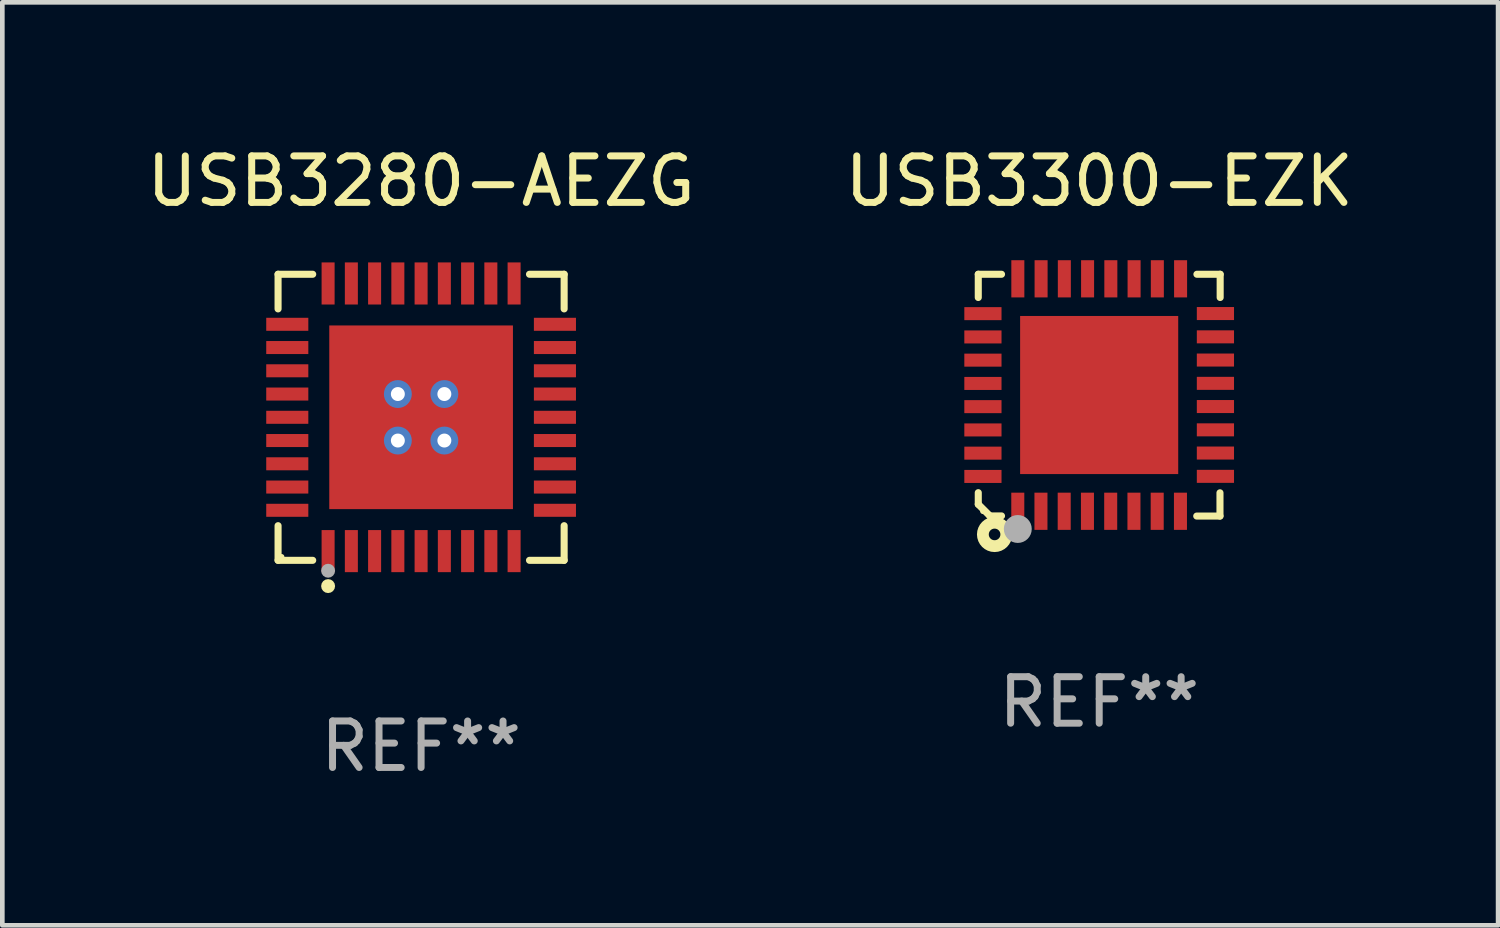
<source format=kicad_pcb>
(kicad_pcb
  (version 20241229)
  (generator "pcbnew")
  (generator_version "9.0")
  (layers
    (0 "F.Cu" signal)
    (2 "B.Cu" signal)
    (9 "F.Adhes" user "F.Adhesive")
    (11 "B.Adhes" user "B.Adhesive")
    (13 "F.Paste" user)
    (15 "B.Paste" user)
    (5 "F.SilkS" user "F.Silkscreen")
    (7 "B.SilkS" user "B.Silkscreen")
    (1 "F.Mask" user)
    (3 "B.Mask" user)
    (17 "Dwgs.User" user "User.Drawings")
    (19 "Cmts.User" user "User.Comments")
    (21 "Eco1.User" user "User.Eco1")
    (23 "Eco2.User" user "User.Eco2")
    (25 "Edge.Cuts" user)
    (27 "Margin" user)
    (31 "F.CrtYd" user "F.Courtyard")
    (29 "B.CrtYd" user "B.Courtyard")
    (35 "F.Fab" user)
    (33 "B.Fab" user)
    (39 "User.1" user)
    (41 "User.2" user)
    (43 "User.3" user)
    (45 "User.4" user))
  (footprint "USB3300-EZK"
    (layer "F.Cu")
    (at 20.589 5.448)
    (property "Reference" "USB3300-EZK" (at 0 -4.6 0) (layer "F.SilkS") (effects (font (size 1 1) (thickness 0.15))))
    (attr through_hole)
    (fp_line (start -2.601 2.097) (end -2.601 2.347) (stroke (width 0.152) (type solid)) (layer "F.SilkS"))
    (fp_line (start -2.601 2.347) (end -2.351 2.597) (stroke (width 0.152) (type solid)) (layer "F.SilkS"))
    (fp_line (start -2.601 -2.6) (end -2.601 -2.1) (stroke (width 0.152) (type solid)) (layer "F.SilkS"))
    (fp_line (start -2.601 -2.6) (end -2.101 -2.6) (stroke (width 0.152) (type solid)) (layer "F.SilkS"))
    (fp_line (start -2.351 2.597) (end -2.101 2.597) (stroke (width 0.152) (type solid)) (layer "F.SilkS"))
    (fp_line (start 2.597 2.6) (end 2.097 2.6) (stroke (width 0.152) (type solid)) (layer "F.SilkS"))
    (fp_line (start 2.597 2.6) (end 2.597 2.1) (stroke (width 0.152) (type solid)) (layer "F.SilkS"))
    (fp_line (start 2.601 -2.6) (end 2.101 -2.6) (stroke (width 0.152) (type solid)) (layer "F.SilkS"))
    (fp_line (start 2.601 -2.6) (end 2.601 -2.1) (stroke (width 0.152) (type solid)) (layer "F.SilkS"))
    (fp_circle (center -2.501 2.497) (end -2.471 2.497) (stroke (width 0.06) (type solid)) (fill no) (layer "F.SilkS"))
    (fp_circle (center -2.25 2.995) (end -2.125 2.995) (stroke (width 0.254) (type solid)) (fill no) (layer "F.SilkS"))
    (fp_circle (center -1.751 2.878) (end -1.601 2.878) (stroke (width 0.3) (type solid)) (fill no) (layer "F.Fab"))
    (fp_text user "REF**" (at 0 6.6 0) (layer "F.Fab") (effects (font (size 1 1) (thickness 0.15))))
    (pad "1" smd rect (at -1.751 2.497) (size 0.28 0.8) (layers "F.Cu" "F.Mask" "F.Paste"))
    (pad "2" smd rect (at -1.253 2.497) (size 0.28 0.8) (layers "F.Cu" "F.Mask" "F.Paste"))
    (pad "3" smd rect (at -0.753 2.497) (size 0.28 0.8) (layers "F.Cu" "F.Mask" "F.Paste"))
    (pad "4" smd rect (at -0.253 2.497) (size 0.28 0.8) (layers "F.Cu" "F.Mask" "F.Paste"))
    (pad "5" smd rect (at 0.247 2.497) (size 0.28 0.8) (layers "F.Cu" "F.Mask" "F.Paste"))
    (pad "6" smd rect (at 0.747 2.497) (size 0.28 0.8) (layers "F.Cu" "F.Mask" "F.Paste"))
    (pad "7" smd rect (at 1.247 2.497) (size 0.28 0.8) (layers "F.Cu" "F.Mask" "F.Paste"))
    (pad "8" smd rect (at 1.747 2.497) (size 0.28 0.8) (layers "F.Cu" "F.Mask" "F.Paste"))
    (pad "9" smd rect (at 2.499 1.746) (size 0.8 0.28) (layers "F.Cu" "F.Mask" "F.Paste"))
    (pad "10" smd rect (at 2.499 1.245) (size 0.8 0.28) (layers "F.Cu" "F.Mask" "F.Paste"))
    (pad "11" smd rect (at 2.499 0.746) (size 0.8 0.28) (layers "F.Cu" "F.Mask" "F.Paste"))
    (pad "12" smd rect (at 2.499 0.245) (size 0.8 0.28) (layers "F.Cu" "F.Mask" "F.Paste"))
    (pad "13" smd rect (at 2.499 -0.254) (size 0.8 0.28) (layers "F.Cu" "F.Mask" "F.Paste"))
    (pad "14" smd rect (at 2.499 -0.755) (size 0.8 0.28) (layers "F.Cu" "F.Mask" "F.Paste"))
    (pad "15" smd rect (at 2.499 -1.254) (size 0.8 0.28) (layers "F.Cu" "F.Mask" "F.Paste"))
    (pad "16" smd rect (at 2.499 -1.755) (size 0.8 0.28) (layers "F.Cu" "F.Mask" "F.Paste"))
    (pad "17" smd rect (at 1.75 -2.502) (size 0.28 0.8) (layers "F.Cu" "F.Mask" "F.Paste"))
    (pad "18" smd rect (at 1.25 -2.502) (size 0.28 0.8) (layers "F.Cu" "F.Mask" "F.Paste"))
    (pad "19" smd rect (at 0.75 -2.502) (size 0.28 0.8) (layers "F.Cu" "F.Mask" "F.Paste"))
    (pad "20" smd rect (at 0.25 -2.502) (size 0.28 0.8) (layers "F.Cu" "F.Mask" "F.Paste"))
    (pad "21" smd rect (at -0.25 -2.502) (size 0.28 0.8) (layers "F.Cu" "F.Mask" "F.Paste"))
    (pad "22" smd rect (at -0.75 -2.502) (size 0.28 0.8) (layers "F.Cu" "F.Mask" "F.Paste"))
    (pad "23" smd rect (at -1.25 -2.502) (size 0.28 0.8) (layers "F.Cu" "F.Mask" "F.Paste"))
    (pad "24" smd rect (at -1.75 -2.502) (size 0.28 0.8) (layers "F.Cu" "F.Mask" "F.Paste"))
    (pad "25" smd rect (at -2.501 -1.753) (size 0.8 0.28) (layers "F.Cu" "F.Mask" "F.Paste"))
    (pad "26" smd rect (at -2.501 -1.252) (size 0.8 0.28) (layers "F.Cu" "F.Mask" "F.Paste"))
    (pad "27" smd rect (at -2.501 -0.753) (size 0.8 0.28) (layers "F.Cu" "F.Mask" "F.Paste"))
    (pad "28" smd rect (at -2.501 -0.252) (size 0.8 0.28) (layers "F.Cu" "F.Mask" "F.Paste"))
    (pad "29" smd rect (at -2.501 0.247) (size 0.8 0.28) (layers "F.Cu" "F.Mask" "F.Paste"))
    (pad "30" smd rect (at -2.501 0.748) (size 0.8 0.28) (layers "F.Cu" "F.Mask" "F.Paste"))
    (pad "31" smd rect (at -2.501 1.247) (size 0.8 0.28) (layers "F.Cu" "F.Mask" "F.Paste"))
    (pad "32" smd rect (at -2.501 1.748) (size 0.8 0.28) (layers "F.Cu" "F.Mask" "F.Paste"))
    (pad "33" smd rect (at -0.001 -0.003 180) (size 3.4 3.4) (layers "F.Cu" "F.Mask" "F.Paste")))
  (footprint "USB3280-AEZG"
    (layer "F.Cu")
    (at 6.006 5.924)
    (property "Reference" "USB3280-AEZG" (at 0 -5.076 0) (layer "F.SilkS") (effects (font (size 1 1) (thickness 0.15))))
    (attr through_hole)
    (fp_line (start -3.076 -3.076) (end -2.331 -3.076) (stroke (width 0.152) (type solid)) (layer "F.SilkS"))
    (fp_line (start -3.076 -2.331) (end -3.076 -3.076) (stroke (width 0.152) (type solid)) (layer "F.SilkS"))
    (fp_line (start -3.076 2.331) (end -3.076 3.076) (stroke (width 0.152) (type solid)) (layer "F.SilkS"))
    (fp_line (start -3.076 3.076) (end -2.331 3.076) (stroke (width 0.152) (type solid)) (layer "F.SilkS"))
    (fp_line (start 3.076 -3.076) (end 2.331 -3.076) (stroke (width 0.152) (type solid)) (layer "F.SilkS"))
    (fp_line (start 3.076 -2.331) (end 3.076 -3.076) (stroke (width 0.152) (type solid)) (layer "F.SilkS"))
    (fp_line (start 3.076 2.331) (end 3.076 3.076) (stroke (width 0.152) (type solid)) (layer "F.SilkS"))
    (fp_line (start 3.076 3.076) (end 2.331 3.076) (stroke (width 0.152) (type solid)) (layer "F.SilkS"))
    (fp_circle (center -3 3) (end -2.97 3) (stroke (width 0.06) (type solid)) (fill no) (layer "F.SilkS"))
    (fp_circle (center -2 3.63) (end -1.925 3.63) (stroke (width 0.15) (type solid)) (fill no) (layer "F.SilkS"))
    (fp_circle (center -2 3.3) (end -1.925 3.3) (stroke (width 0.15) (type solid)) (fill no) (layer "F.Fab"))
    (fp_text user "REF**" (at 0 7.076 0) (layer "F.Fab") (effects (font (size 1 1) (thickness 0.15))))
    (pad "1" smd rect (at -2 2.878) (size 0.28 0.905) (layers "F.Cu" "F.Mask" "F.Paste"))
    (pad "2" smd rect (at -1.5 2.878) (size 0.28 0.905) (layers "F.Cu" "F.Mask" "F.Paste"))
    (pad "3" smd rect (at -1 2.878) (size 0.28 0.905) (layers "F.Cu" "F.Mask" "F.Paste"))
    (pad "4" smd rect (at -0.5 2.878) (size 0.28 0.905) (layers "F.Cu" "F.Mask" "F.Paste"))
    (pad "5" smd rect (at 0 2.878) (size 0.28 0.905) (layers "F.Cu" "F.Mask" "F.Paste"))
    (pad "6" smd rect (at 0.5 2.878) (size 0.28 0.905) (layers "F.Cu" "F.Mask" "F.Paste"))
    (pad "7" smd rect (at 1 2.878) (size 0.28 0.905) (layers "F.Cu" "F.Mask" "F.Paste"))
    (pad "8" smd rect (at 1.5 2.878) (size 0.28 0.905) (layers "F.Cu" "F.Mask" "F.Paste"))
    (pad "9" smd rect (at 2 2.878) (size 0.28 0.905) (layers "F.Cu" "F.Mask" "F.Paste"))
    (pad "10" smd rect (at 2.878 2) (size 0.905 0.28) (layers "F.Cu" "F.Mask" "F.Paste"))
    (pad "11" smd rect (at 2.878 1.5) (size 0.905 0.28) (layers "F.Cu" "F.Mask" "F.Paste"))
    (pad "12" smd rect (at 2.878 1) (size 0.905 0.28) (layers "F.Cu" "F.Mask" "F.Paste"))
    (pad "13" smd rect (at 2.878 0.5) (size 0.905 0.28) (layers "F.Cu" "F.Mask" "F.Paste"))
    (pad "14" smd rect (at 2.878 0) (size 0.905 0.28) (layers "F.Cu" "F.Mask" "F.Paste"))
    (pad "15" smd rect (at 2.878 -0.5) (size 0.905 0.28) (layers "F.Cu" "F.Mask" "F.Paste"))
    (pad "16" smd rect (at 2.878 -1) (size 0.905 0.28) (layers "F.Cu" "F.Mask" "F.Paste"))
    (pad "17" smd rect (at 2.878 -1.5) (size 0.905 0.28) (layers "F.Cu" "F.Mask" "F.Paste"))
    (pad "18" smd rect (at 2.878 -2) (size 0.905 0.28) (layers "F.Cu" "F.Mask" "F.Paste"))
    (pad "19" smd rect (at 2 -2.878) (size 0.28 0.905) (layers "F.Cu" "F.Mask" "F.Paste"))
    (pad "20" smd rect (at 1.5 -2.878) (size 0.28 0.905) (layers "F.Cu" "F.Mask" "F.Paste"))
    (pad "21" smd rect (at 1 -2.878) (size 0.28 0.905) (layers "F.Cu" "F.Mask" "F.Paste"))
    (pad "22" smd rect (at 0.5 -2.878) (size 0.28 0.905) (layers "F.Cu" "F.Mask" "F.Paste"))
    (pad "23" smd rect (at 0 -2.878) (size 0.28 0.905) (layers "F.Cu" "F.Mask" "F.Paste"))
    (pad "24" smd rect (at -0.5 -2.878) (size 0.28 0.905) (layers "F.Cu" "F.Mask" "F.Paste"))
    (pad "25" smd rect (at -1 -2.878) (size 0.28 0.905) (layers "F.Cu" "F.Mask" "F.Paste"))
    (pad "26" smd rect (at -1.5 -2.878) (size 0.28 0.905) (layers "F.Cu" "F.Mask" "F.Paste"))
    (pad "27" smd rect (at -2 -2.878) (size 0.28 0.905) (layers "F.Cu" "F.Mask" "F.Paste"))
    (pad "28" smd rect (at -2.878 -2) (size 0.905 0.28) (layers "F.Cu" "F.Mask" "F.Paste"))
    (pad "29" smd rect (at -2.878 -1.5) (size 0.905 0.28) (layers "F.Cu" "F.Mask" "F.Paste"))
    (pad "30" smd rect (at -2.878 -1) (size 0.905 0.28) (layers "F.Cu" "F.Mask" "F.Paste"))
    (pad "31" smd rect (at -2.878 -0.5) (size 0.905 0.28) (layers "F.Cu" "F.Mask" "F.Paste"))
    (pad "32" smd rect (at -2.878 0) (size 0.905 0.28) (layers "F.Cu" "F.Mask" "F.Paste"))
    (pad "33" smd rect (at -2.878 0.5) (size 0.905 0.28) (layers "F.Cu" "F.Mask" "F.Paste"))
    (pad "34" smd rect (at -2.878 1) (size 0.905 0.28) (layers "F.Cu" "F.Mask" "F.Paste"))
    (pad "35" smd rect (at -2.878 1.5) (size 0.905 0.28) (layers "F.Cu" "F.Mask" "F.Paste"))
    (pad "36" smd rect (at -2.878 2) (size 0.905 0.28) (layers "F.Cu" "F.Mask" "F.Paste"))
    (pad "37" thru_hole circle (at -0.5 -0.5) (size 0.6 0.6) (drill 0.3) (layers "*.Cu" "*.Mask"))
    (pad "37" thru_hole circle (at -0.5 0.5) (size 0.6 0.6) (drill 0.3) (layers "*.Cu" "*.Mask"))
    (pad "37" smd rect (at 0 0) (size 3.95 3.95) (layers "F.Cu" "F.Mask" "F.Paste"))
    (pad "37" thru_hole circle (at 0.5 -0.5) (size 0.6 0.6) (drill 0.3) (layers "*.Cu" "*.Mask"))
    (pad "37" thru_hole circle (at 0.5 0.5) (size 0.6 0.6) (drill 0.3) (layers "*.Cu" "*.Mask")))
  (gr_rect
    (start -3 -3)
    (end 29.167 16.849)
    (stroke (width 0.1) (type default))
    (fill no)
    (layer "Edge.Cuts")))
</source>
